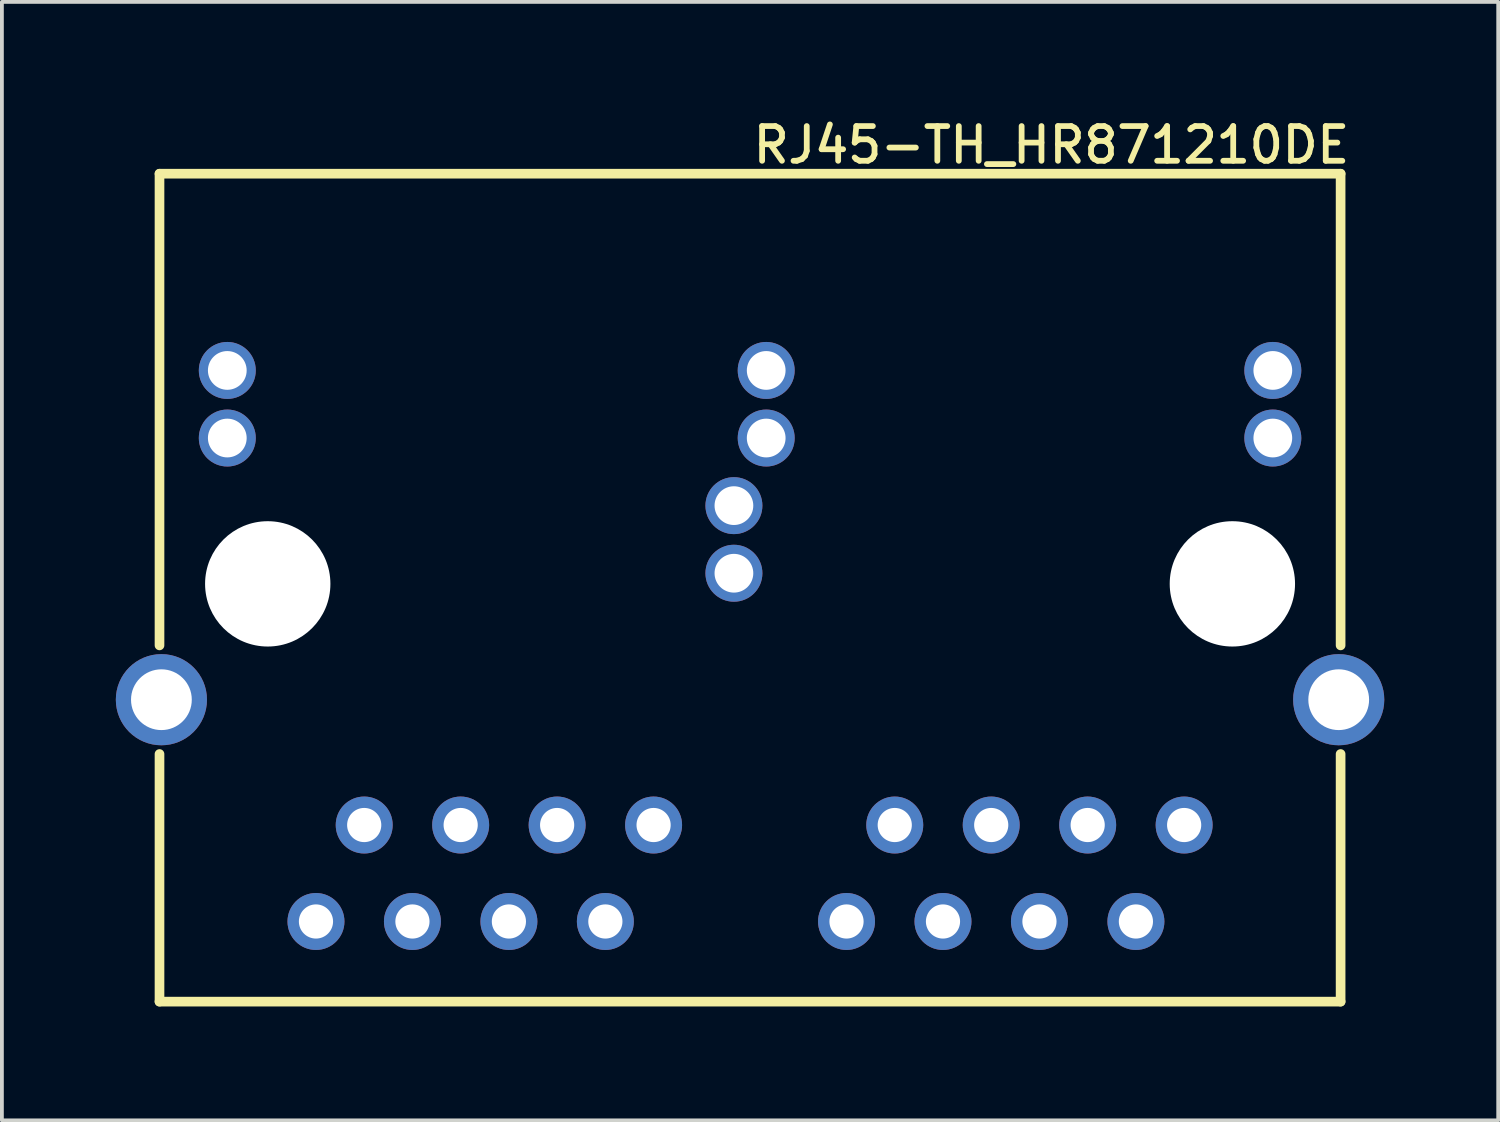
<source format=kicad_pcb>
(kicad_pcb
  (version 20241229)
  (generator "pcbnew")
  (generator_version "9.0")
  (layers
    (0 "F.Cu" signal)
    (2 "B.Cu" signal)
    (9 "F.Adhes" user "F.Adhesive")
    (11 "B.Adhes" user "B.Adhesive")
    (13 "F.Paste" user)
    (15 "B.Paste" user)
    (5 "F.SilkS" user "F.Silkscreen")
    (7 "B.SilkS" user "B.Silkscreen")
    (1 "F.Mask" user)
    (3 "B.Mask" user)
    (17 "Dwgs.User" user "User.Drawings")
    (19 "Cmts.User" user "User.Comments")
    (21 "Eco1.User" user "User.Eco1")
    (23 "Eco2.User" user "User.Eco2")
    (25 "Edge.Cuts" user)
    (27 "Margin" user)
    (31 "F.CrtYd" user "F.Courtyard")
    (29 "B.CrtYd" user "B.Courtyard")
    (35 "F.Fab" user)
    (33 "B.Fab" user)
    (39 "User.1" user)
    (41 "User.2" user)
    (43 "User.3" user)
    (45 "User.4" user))
  (footprint "RJ45-TH_HR871210DE"
    (layer "F.Cu")
    (at 16.7 13.959)
    (property "Reference" "RJ45-TH_HR871210DE" (at 0 -13.725 0) (layer "F.SilkS") (effects (font (size 0.914 0.914) (thickness 0.152)) (justify left top)))
    (fp_line (start -15.55 -12.435) (end 15.55 -12.435) (stroke (width 0.254) (type default)) (layer "F.SilkS"))
    (fp_line (start -15.55 -0.015) (end -15.55 -12.435) (stroke (width 0.254) (type default)) (layer "F.SilkS"))
    (fp_line (start -15.55 9.365) (end -15.55 2.845) (stroke (width 0.254) (type default)) (layer "F.SilkS"))
    (fp_line (start 15.55 -12.435) (end 15.55 -0.015) (stroke (width 0.254) (type default)) (layer "F.SilkS"))
    (fp_line (start 15.55 2.845) (end 15.55 9.365) (stroke (width 0.254) (type default)) (layer "F.SilkS"))
    (fp_line (start 15.55 9.365) (end -15.55 9.365) (stroke (width 0.254) (type default)) (layer "F.SilkS"))
    (fp_circle (center -12.7 -1.635) (end -11.95 -1.635) (stroke (width 1.5) (type default)) (fill no) (layer "Dwgs.User"))
    (fp_circle (center 12.7 -1.635) (end 13.45 -1.635) (stroke (width 1.5) (type default)) (fill no) (layer "Dwgs.User"))
    (fp_circle (center -15.65 9.365) (end -15.62 9.365) (stroke (width 0.06) (type default)) (fill no) (layer "User.5"))
    (pad "" np_thru_hole circle (at -12.7 -1.635) (size 3.3 3.3) (drill 3.3) (layers "*.Cu" "*.Mask"))
    (pad "" np_thru_hole circle (at 12.7 -1.635) (size 3.3 3.3) (drill 3.3) (layers "*.Cu" "*.Mask"))
    (pad "1" thru_hole oval (at -2.54 4.715) (size 1.5 1.5) (drill 0.9) (layers "*.Cu" "*.Mask"))
    (pad "2" thru_hole oval (at -3.81 7.255) (size 1.5 1.5) (drill 0.9) (layers "*.Cu" "*.Mask"))
    (pad "3" thru_hole oval (at -5.08 4.715) (size 1.5 1.5) (drill 0.9) (layers "*.Cu" "*.Mask"))
    (pad "4" thru_hole oval (at -6.35 7.255) (size 1.5 1.5) (drill 0.9) (layers "*.Cu" "*.Mask"))
    (pad "5" thru_hole oval (at -7.62 4.715) (size 1.5 1.5) (drill 0.9) (layers "*.Cu" "*.Mask"))
    (pad "6" thru_hole oval (at -8.89 7.255) (size 1.5 1.5) (drill 0.9) (layers "*.Cu" "*.Mask"))
    (pad "7" thru_hole oval (at -10.16 4.715) (size 1.5 1.5) (drill 0.9) (layers "*.Cu" "*.Mask"))
    (pad "8" thru_hole oval (at -11.43 7.255) (size 1.5 1.5) (drill 0.9) (layers "*.Cu" "*.Mask"))
    (pad "9" thru_hole oval (at -0.425 -1.915) (size 1.5 1.5) (drill 1.02) (layers "*.Cu" "*.Mask"))
    (pad "10" thru_hole oval (at -0.425 -3.695) (size 1.5 1.5) (drill 1.02) (layers "*.Cu" "*.Mask"))
    (pad "11" thru_hole oval (at -13.765 -5.475) (size 1.5 1.5) (drill 1.02) (layers "*.Cu" "*.Mask"))
    (pad "12" thru_hole oval (at -13.765 -7.255) (size 1.5 1.5) (drill 1.02) (layers "*.Cu" "*.Mask"))
    (pad "13" thru_hole oval (at -15.5 1.415) (size 2.4 2.4) (drill 1.6) (layers "*.Cu" "*.Mask"))
    (pad "14" thru_hole oval (at 15.5 1.415) (size 2.4 2.4) (drill 1.6) (layers "*.Cu" "*.Mask"))
    (pad "P1" thru_hole oval (at 11.43 4.715) (size 1.5 1.5) (drill 0.9) (layers "*.Cu" "*.Mask"))
    (pad "P2" thru_hole oval (at 10.16 7.255) (size 1.5 1.5) (drill 0.9) (layers "*.Cu" "*.Mask"))
    (pad "P3" thru_hole oval (at 8.89 4.715) (size 1.5 1.5) (drill 0.9) (layers "*.Cu" "*.Mask"))
    (pad "P4" thru_hole oval (at 7.62 7.255) (size 1.5 1.5) (drill 0.9) (layers "*.Cu" "*.Mask"))
    (pad "P5" thru_hole oval (at 6.35 4.715) (size 1.5 1.5) (drill 0.9) (layers "*.Cu" "*.Mask"))
    (pad "P6" thru_hole oval (at 5.08 7.255) (size 1.5 1.5) (drill 0.9) (layers "*.Cu" "*.Mask"))
    (pad "P7" thru_hole oval (at 3.81 4.715) (size 1.5 1.5) (drill 0.9) (layers "*.Cu" "*.Mask"))
    (pad "P8" thru_hole oval (at 2.54 7.255) (size 1.5 1.5) (drill 0.9) (layers "*.Cu" "*.Mask"))
    (pad "P9" thru_hole oval (at 13.765 -5.475) (size 1.5 1.5) (drill 1.02) (layers "*.Cu" "*.Mask"))
    (pad "P10" thru_hole oval (at 13.765 -7.255) (size 1.5 1.5) (drill 1.02) (layers "*.Cu" "*.Mask"))
    (pad "P11" thru_hole oval (at 0.425 -5.475) (size 1.5 1.5) (drill 1.02) (layers "*.Cu" "*.Mask"))
    (pad "P12" thru_hole oval (at 0.425 -7.255) (size 1.5 1.5) (drill 1.02) (layers "*.Cu" "*.Mask"))
    (zone (net_name "") (layer "User.3") (hatch edge 0.5) (priority 100) (connect_pads yes) (min_thickness 0) (filled_areas_thickness no) (fill yes) (polygon (pts (xy 32.25 23.324) (xy 32.25 1.524) (xy 1.15 1.524) (xy 1.15 23.324))) (filled_polygon (layer "User.3") (island) (pts (xy 32.25 23.324) (xy 32.25 1.524) (xy 1.15 1.524) (xy 1.15 23.324))))
    (zone (net_name "") (layer "User.4") (hatch edge 0.5) (priority 100) (connect_pads yes) (min_thickness 0) (filled_areas_thickness no) (fill yes) (polygon (pts (xy 1.05 14.774) (xy 1.35 14.774) (xy 1.35 15.974) (xy 1.05 15.974))) (filled_polygon (layer "User.4") (island) (pts (xy 1.05 14.774) (xy 1.35 14.774) (xy 1.35 15.974) (xy 1.05 15.974))))
    (zone (net_name "") (layer "User.4") (hatch edge 0.5) (priority 100) (connect_pads yes) (min_thickness 0) (filled_areas_thickness no) (fill yes) (polygon (pts (xy 2.615 6.384) (xy 3.255 6.384) (xy 3.255 7.024) (xy 2.615 7.024))) (filled_polygon (layer "User.4") (island) (pts (xy 2.615 6.384) (xy 3.255 6.384) (xy 3.255 7.024) (xy 2.615 7.024))))
    (zone (net_name "") (layer "User.4") (hatch edge 0.5) (priority 100) (connect_pads yes) (min_thickness 0) (filled_areas_thickness no) (fill yes) (polygon (pts (xy 2.615 8.164) (xy 3.255 8.164) (xy 3.255 8.804) (xy 2.615 8.804))) (filled_polygon (layer "User.4") (island) (pts (xy 2.615 8.164) (xy 3.255 8.164) (xy 3.255 8.804) (xy 2.615 8.804))))
    (zone (net_name "") (layer "User.4") (hatch edge 0.5) (priority 100) (connect_pads yes) (min_thickness 0) (filled_areas_thickness no) (fill yes) (polygon (pts (xy 5.045 21.039) (xy 5.495 21.039) (xy 5.495 21.389) (xy 5.045 21.389))) (filled_polygon (layer "User.4") (island) (pts (xy 5.045 21.039) (xy 5.495 21.039) (xy 5.495 21.389) (xy 5.045 21.389))))
    (zone (net_name "") (layer "User.4") (hatch edge 0.5) (priority 100) (connect_pads yes) (min_thickness 0) (filled_areas_thickness no) (fill yes) (polygon (pts (xy 6.315 18.499) (xy 6.765 18.499) (xy 6.765 18.849) (xy 6.315 18.849))) (filled_polygon (layer "User.4") (island) (pts (xy 6.315 18.499) (xy 6.765 18.499) (xy 6.765 18.849) (xy 6.315 18.849))))
    (zone (net_name "") (layer "User.4") (hatch edge 0.5) (priority 100) (connect_pads yes) (min_thickness 0) (filled_areas_thickness no) (fill yes) (polygon (pts (xy 7.585 21.039) (xy 8.035 21.039) (xy 8.035 21.389) (xy 7.585 21.389))) (filled_polygon (layer "User.4") (island) (pts (xy 7.585 21.039) (xy 8.035 21.039) (xy 8.035 21.389) (xy 7.585 21.389))))
    (zone (net_name "") (layer "User.4") (hatch edge 0.5) (priority 100) (connect_pads yes) (min_thickness 0) (filled_areas_thickness no) (fill yes) (polygon (pts (xy 8.855 18.499) (xy 9.305 18.499) (xy 9.305 18.849) (xy 8.855 18.849))) (filled_polygon (layer "User.4") (island) (pts (xy 8.855 18.499) (xy 9.305 18.499) (xy 9.305 18.849) (xy 8.855 18.849))))
    (zone (net_name "") (layer "User.4") (hatch edge 0.5) (priority 100) (connect_pads yes) (min_thickness 0) (filled_areas_thickness no) (fill yes) (polygon (pts (xy 10.125 21.039) (xy 10.575 21.039) (xy 10.575 21.389) (xy 10.125 21.389))) (filled_polygon (layer "User.4") (island) (pts (xy 10.125 21.039) (xy 10.575 21.039) (xy 10.575 21.389) (xy 10.125 21.389))))
    (zone (net_name "") (layer "User.4") (hatch edge 0.5) (priority 100) (connect_pads yes) (min_thickness 0) (filled_areas_thickness no) (fill yes) (polygon (pts (xy 11.395 18.499) (xy 11.845 18.499) (xy 11.845 18.849) (xy 11.395 18.849))) (filled_polygon (layer "User.4") (island) (pts (xy 11.395 18.499) (xy 11.845 18.499) (xy 11.845 18.849) (xy 11.395 18.849))))
    (zone (net_name "") (layer "User.4") (hatch edge 0.5) (priority 100) (connect_pads yes) (min_thickness 0) (filled_areas_thickness no) (fill yes) (polygon (pts (xy 12.665 21.039) (xy 13.115 21.039) (xy 13.115 21.389) (xy 12.665 21.389))) (filled_polygon (layer "User.4") (island) (pts (xy 12.665 21.039) (xy 13.115 21.039) (xy 13.115 21.389) (xy 12.665 21.389))))
    (zone (net_name "") (layer "User.4") (hatch edge 0.5) (priority 100) (connect_pads yes) (min_thickness 0) (filled_areas_thickness no) (fill yes) (polygon (pts (xy 13.935 18.499) (xy 14.385 18.499) (xy 14.385 18.849) (xy 13.935 18.849))) (filled_polygon (layer "User.4") (island) (pts (xy 13.935 18.499) (xy 14.385 18.499) (xy 14.385 18.849) (xy 13.935 18.849))))
    (zone (net_name "") (layer "User.4") (hatch edge 0.5) (priority 100) (connect_pads yes) (min_thickness 0) (filled_areas_thickness no) (fill yes) (polygon (pts (xy 15.955 9.944) (xy 16.595 9.944) (xy 16.595 10.584) (xy 15.955 10.584))) (filled_polygon (layer "User.4") (island) (pts (xy 15.955 9.944) (xy 16.595 9.944) (xy 16.595 10.584) (xy 15.955 10.584))))
    (zone (net_name "") (layer "User.4") (hatch edge 0.5) (priority 100) (connect_pads yes) (min_thickness 0) (filled_areas_thickness no) (fill yes) (polygon (pts (xy 15.955 11.724) (xy 16.595 11.724) (xy 16.595 12.364) (xy 15.955 12.364))) (filled_polygon (layer "User.4") (island) (pts (xy 15.955 11.724) (xy 16.595 11.724) (xy 16.595 12.364) (xy 15.955 12.364))))
    (zone (net_name "") (layer "User.4") (hatch edge 0.5) (priority 100) (connect_pads yes) (min_thickness 0) (filled_areas_thickness no) (fill yes) (polygon (pts (xy 16.805 6.384) (xy 17.445 6.384) (xy 17.445 7.024) (xy 16.805 7.024))) (filled_polygon (layer "User.4") (island) (pts (xy 16.805 6.384) (xy 17.445 6.384) (xy 17.445 7.024) (xy 16.805 7.024))))
    (zone (net_name "") (layer "User.4") (hatch edge 0.5) (priority 100) (connect_pads yes) (min_thickness 0) (filled_areas_thickness no) (fill yes) (polygon (pts (xy 16.805 8.164) (xy 17.445 8.164) (xy 17.445 8.804) (xy 16.805 8.804))) (filled_polygon (layer "User.4") (island) (pts (xy 16.805 8.164) (xy 17.445 8.164) (xy 17.445 8.804) (xy 16.805 8.804))))
    (zone (net_name "") (layer "User.4") (hatch edge 0.5) (priority 100) (connect_pads yes) (min_thickness 0) (filled_areas_thickness no) (fill yes) (polygon (pts (xy 19.015 21.039) (xy 19.465 21.039) (xy 19.465 21.389) (xy 19.015 21.389))) (filled_polygon (layer "User.4") (island) (pts (xy 19.015 21.039) (xy 19.465 21.039) (xy 19.465 21.389) (xy 19.015 21.389))))
    (zone (net_name "") (layer "User.4") (hatch edge 0.5) (priority 100) (connect_pads yes) (min_thickness 0) (filled_areas_thickness no) (fill yes) (polygon (pts (xy 20.285 18.499) (xy 20.735 18.499) (xy 20.735 18.849) (xy 20.285 18.849))) (filled_polygon (layer "User.4") (island) (pts (xy 20.285 18.499) (xy 20.735 18.499) (xy 20.735 18.849) (xy 20.285 18.849))))
    (zone (net_name "") (layer "User.4") (hatch edge 0.5) (priority 100) (connect_pads yes) (min_thickness 0) (filled_areas_thickness no) (fill yes) (polygon (pts (xy 21.555 21.039) (xy 22.005 21.039) (xy 22.005 21.389) (xy 21.555 21.389))) (filled_polygon (layer "User.4") (island) (pts (xy 21.555 21.039) (xy 22.005 21.039) (xy 22.005 21.389) (xy 21.555 21.389))))
    (zone (net_name "") (layer "User.4") (hatch edge 0.5) (priority 100) (connect_pads yes) (min_thickness 0) (filled_areas_thickness no) (fill yes) (polygon (pts (xy 22.825 18.499) (xy 23.275 18.499) (xy 23.275 18.849) (xy 22.825 18.849))) (filled_polygon (layer "User.4") (island) (pts (xy 22.825 18.499) (xy 23.275 18.499) (xy 23.275 18.849) (xy 22.825 18.849))))
    (zone (net_name "") (layer "User.4") (hatch edge 0.5) (priority 100) (connect_pads yes) (min_thickness 0) (filled_areas_thickness no) (fill yes) (polygon (pts (xy 24.095 21.039) (xy 24.545 21.039) (xy 24.545 21.389) (xy 24.095 21.389))) (filled_polygon (layer "User.4") (island) (pts (xy 24.095 21.039) (xy 24.545 21.039) (xy 24.545 21.389) (xy 24.095 21.389))))
    (zone (net_name "") (layer "User.4") (hatch edge 0.5) (priority 100) (connect_pads yes) (min_thickness 0) (filled_areas_thickness no) (fill yes) (polygon (pts (xy 25.365 18.499) (xy 25.815 18.499) (xy 25.815 18.849) (xy 25.365 18.849))) (filled_polygon (layer "User.4") (island) (pts (xy 25.365 18.499) (xy 25.815 18.499) (xy 25.815 18.849) (xy 25.365 18.849))))
    (zone (net_name "") (layer "User.4") (hatch edge 0.5) (priority 100) (connect_pads yes) (min_thickness 0) (filled_areas_thickness no) (fill yes) (polygon (pts (xy 26.635 21.039) (xy 27.085 21.039) (xy 27.085 21.389) (xy 26.635 21.389))) (filled_polygon (layer "User.4") (island) (pts (xy 26.635 21.039) (xy 27.085 21.039) (xy 27.085 21.389) (xy 26.635 21.389))))
    (zone (net_name "") (layer "User.4") (hatch edge 0.5) (priority 100) (connect_pads yes) (min_thickness 0) (filled_areas_thickness no) (fill yes) (polygon (pts (xy 27.905 18.499) (xy 28.355 18.499) (xy 28.355 18.849) (xy 27.905 18.849))) (filled_polygon (layer "User.4") (island) (pts (xy 27.905 18.499) (xy 28.355 18.499) (xy 28.355 18.849) (xy 27.905 18.849))))
    (zone (net_name "") (layer "User.4") (hatch edge 0.5) (priority 100) (connect_pads yes) (min_thickness 0) (filled_areas_thickness no) (fill yes) (polygon (pts (xy 30.145 6.384) (xy 30.785 6.384) (xy 30.785 7.024) (xy 30.145 7.024))) (filled_polygon (layer "User.4") (island) (pts (xy 30.145 6.384) (xy 30.785 6.384) (xy 30.785 7.024) (xy 30.145 7.024))))
    (zone (net_name "") (layer "User.4") (hatch edge 0.5) (priority 100) (connect_pads yes) (min_thickness 0) (filled_areas_thickness no) (fill yes) (polygon (pts (xy 30.145 8.164) (xy 30.785 8.164) (xy 30.785 8.804) (xy 30.145 8.804))) (filled_polygon (layer "User.4") (island) (pts (xy 30.145 8.164) (xy 30.785 8.164) (xy 30.785 8.804) (xy 30.145 8.804))))
    (zone (net_name "") (layer "User.4") (hatch edge 0.5) (priority 100) (connect_pads yes) (min_thickness 0) (filled_areas_thickness no) (fill yes) (polygon (pts (xy 32.05 14.774) (xy 32.35 14.774) (xy 32.35 15.974) (xy 32.05 15.974))) (filled_polygon (layer "User.4") (island) (pts (xy 32.05 14.774) (xy 32.35 14.774) (xy 32.35 15.974) (xy 32.05 15.974)))))
  (gr_rect
    (start -3 -3)
    (end 36.4 26.451)
    (stroke (width 0.1) (type default))
    (fill no)
    (layer "Edge.Cuts")))
</source>
